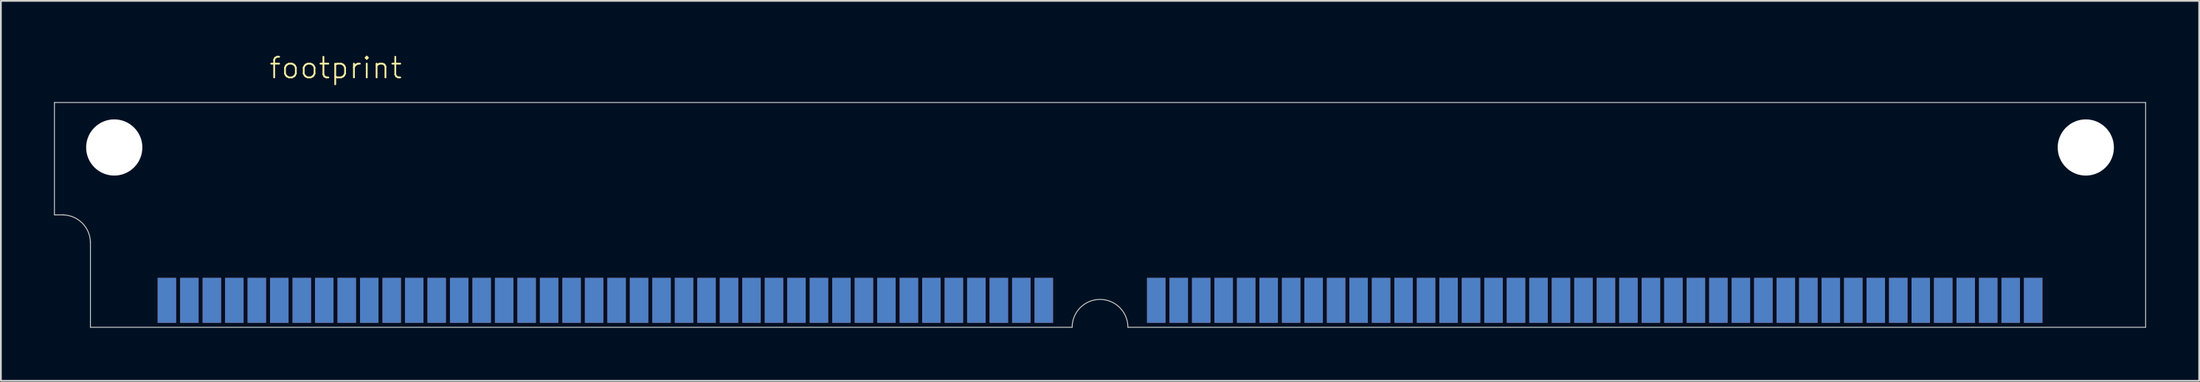
<source format=kicad_pcb>
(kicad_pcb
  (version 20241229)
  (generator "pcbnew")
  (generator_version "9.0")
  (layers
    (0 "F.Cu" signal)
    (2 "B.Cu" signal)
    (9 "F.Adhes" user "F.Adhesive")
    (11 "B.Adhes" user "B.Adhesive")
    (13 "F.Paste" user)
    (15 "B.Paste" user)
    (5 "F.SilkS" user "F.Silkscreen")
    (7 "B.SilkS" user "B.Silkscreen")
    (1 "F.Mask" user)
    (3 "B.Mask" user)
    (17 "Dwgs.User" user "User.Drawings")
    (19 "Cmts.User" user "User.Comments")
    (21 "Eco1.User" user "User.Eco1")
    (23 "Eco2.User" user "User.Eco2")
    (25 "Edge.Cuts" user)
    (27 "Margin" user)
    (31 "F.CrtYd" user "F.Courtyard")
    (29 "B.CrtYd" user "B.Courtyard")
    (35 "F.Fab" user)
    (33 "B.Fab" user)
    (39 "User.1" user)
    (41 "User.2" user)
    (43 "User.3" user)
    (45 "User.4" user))
  (footprint "footprint"
    (layer "F.Cu")
    (at 59.08 5.283)
    (property "Reference" "footprint" (at -46.99 -3.81 0) (layer "F.SilkS") (effects (font (size 1.168 1.168) (thickness 0.102)) (justify left bottom)))
    (fp_line (start -59.055 -2.54) (end 59.055 -2.54) (stroke (width 0.05) (type solid)) (layer "Edge.Cuts"))
    (fp_line (start -59.055 3.81) (end -59.055 -2.54) (stroke (width 0.05) (type solid)) (layer "Edge.Cuts"))
    (fp_line (start -59.055 3.81) (end -58.496 3.81) (stroke (width 0.05) (type solid)) (layer "Edge.Cuts"))
    (fp_line (start -57.023 10.16) (end -57.023 5.309) (stroke (width 0.05) (type solid)) (layer "Edge.Cuts"))
    (fp_line (start -1.575 10.16) (end -57.023 10.16) (stroke (width 0.05) (type solid)) (layer "Edge.Cuts"))
    (fp_line (start 59.055 -2.54) (end 59.055 10.16) (stroke (width 0.05) (type solid)) (layer "Edge.Cuts"))
    (fp_line (start 59.055 10.16) (end 1.575 10.16) (stroke (width 0.05) (type solid)) (layer "Edge.Cuts"))
    (fp_arc (start -58.5978 3.81) (mid -57.484248 4.271248) (end -57.023 5.3848) (stroke (width 0.05) (type solid)) (layer "Edge.Cuts"))
    (fp_arc (start -1.5748 10.16) (mid 0 8.5852) (end 1.5748 10.16) (stroke (width 0.05) (type solid)) (layer "Edge.Cuts"))
    (pad "" np_thru_hole circle (at -55.677 0) (size 3.175 3.175) (drill 3.175) (layers "*.Cu" "*.Mask"))
    (pad "" np_thru_hole circle (at 55.677 0) (size 3.175 3.175) (drill 3.175) (layers "*.Cu" "*.Mask"))
    (pad "1" smd rect (at 52.705 8.636) (size 1.041 2.54) (layers "F.Cu" "F.Mask" "F.Paste"))
    (pad "2" smd rect (at 51.435 8.636) (size 1.041 2.54) (layers "F.Cu" "F.Mask" "F.Paste"))
    (pad "3" smd rect (at 50.165 8.636) (size 1.041 2.54) (layers "F.Cu" "F.Mask" "F.Paste"))
    (pad "4" smd rect (at 48.895 8.636) (size 1.041 2.54) (layers "F.Cu" "F.Mask" "F.Paste"))
    (pad "5" smd rect (at 47.625 8.636) (size 1.041 2.54) (layers "F.Cu" "F.Mask" "F.Paste"))
    (pad "6" smd rect (at 46.355 8.636) (size 1.041 2.54) (layers "F.Cu" "F.Mask" "F.Paste"))
    (pad "7" smd rect (at 45.085 8.636) (size 1.041 2.54) (layers "F.Cu" "F.Mask" "F.Paste"))
    (pad "8" smd rect (at 43.815 8.636) (size 1.041 2.54) (layers "F.Cu" "F.Mask" "F.Paste"))
    (pad "9" smd rect (at 42.545 8.636) (size 1.041 2.54) (layers "F.Cu" "F.Mask" "F.Paste"))
    (pad "10" smd rect (at 41.275 8.636) (size 1.041 2.54) (layers "F.Cu" "F.Mask" "F.Paste"))
    (pad "11" smd rect (at 40.005 8.636) (size 1.041 2.54) (layers "F.Cu" "F.Mask" "F.Paste"))
    (pad "12" smd rect (at 38.735 8.636) (size 1.041 2.54) (layers "F.Cu" "F.Mask" "F.Paste"))
    (pad "13" smd rect (at 37.465 8.636) (size 1.041 2.54) (layers "F.Cu" "F.Mask" "F.Paste"))
    (pad "14" smd rect (at 36.195 8.636) (size 1.041 2.54) (layers "F.Cu" "F.Mask" "F.Paste"))
    (pad "15" smd rect (at 34.925 8.636) (size 1.041 2.54) (layers "F.Cu" "F.Mask" "F.Paste"))
    (pad "16" smd rect (at 33.655 8.636) (size 1.041 2.54) (layers "F.Cu" "F.Mask" "F.Paste"))
    (pad "17" smd rect (at 32.385 8.636) (size 1.041 2.54) (layers "F.Cu" "F.Mask" "F.Paste"))
    (pad "18" smd rect (at 31.115 8.636) (size 1.041 2.54) (layers "F.Cu" "F.Mask" "F.Paste"))
    (pad "19" smd rect (at 29.845 8.636) (size 1.041 2.54) (layers "F.Cu" "F.Mask" "F.Paste"))
    (pad "20" smd rect (at 28.575 8.636) (size 1.041 2.54) (layers "F.Cu" "F.Mask" "F.Paste"))
    (pad "21" smd rect (at 27.305 8.636) (size 1.041 2.54) (layers "F.Cu" "F.Mask" "F.Paste"))
    (pad "22" smd rect (at 26.035 8.636) (size 1.041 2.54) (layers "F.Cu" "F.Mask" "F.Paste"))
    (pad "23" smd rect (at 24.765 8.636) (size 1.041 2.54) (layers "F.Cu" "F.Mask" "F.Paste"))
    (pad "24" smd rect (at 23.495 8.636) (size 1.041 2.54) (layers "F.Cu" "F.Mask" "F.Paste"))
    (pad "25" smd rect (at 22.225 8.636) (size 1.041 2.54) (layers "F.Cu" "F.Mask" "F.Paste"))
    (pad "26" smd rect (at 20.955 8.636) (size 1.041 2.54) (layers "F.Cu" "F.Mask" "F.Paste"))
    (pad "27" smd rect (at 19.685 8.636) (size 1.041 2.54) (layers "F.Cu" "F.Mask" "F.Paste"))
    (pad "28" smd rect (at 18.415 8.636) (size 1.041 2.54) (layers "F.Cu" "F.Mask" "F.Paste"))
    (pad "29" smd rect (at 17.145 8.636) (size 1.041 2.54) (layers "F.Cu" "F.Mask" "F.Paste"))
    (pad "30" smd rect (at 15.875 8.636) (size 1.041 2.54) (layers "F.Cu" "F.Mask" "F.Paste"))
    (pad "31" smd rect (at 14.605 8.636) (size 1.041 2.54) (layers "F.Cu" "F.Mask" "F.Paste"))
    (pad "32" smd rect (at 13.335 8.636) (size 1.041 2.54) (layers "F.Cu" "F.Mask" "F.Paste"))
    (pad "33" smd rect (at 12.065 8.636) (size 1.041 2.54) (layers "F.Cu" "F.Mask" "F.Paste"))
    (pad "34" smd rect (at 10.795 8.636) (size 1.041 2.54) (layers "F.Cu" "F.Mask" "F.Paste"))
    (pad "35" smd rect (at 9.525 8.636) (size 1.041 2.54) (layers "F.Cu" "F.Mask" "F.Paste"))
    (pad "36" smd rect (at 8.255 8.636) (size 1.041 2.54) (layers "F.Cu" "F.Mask" "F.Paste"))
    (pad "37" smd rect (at 6.985 8.636) (size 1.041 2.54) (layers "F.Cu" "F.Mask" "F.Paste"))
    (pad "38" smd rect (at 5.715 8.636) (size 1.041 2.54) (layers "F.Cu" "F.Mask" "F.Paste"))
    (pad "39" smd rect (at 4.445 8.636) (size 1.041 2.54) (layers "F.Cu" "F.Mask" "F.Paste"))
    (pad "40" smd rect (at 3.175 8.636) (size 1.041 2.54) (layers "F.Cu" "F.Mask" "F.Paste"))
    (pad "41" smd rect (at -3.175 8.636) (size 1.041 2.54) (layers "F.Cu" "F.Mask" "F.Paste"))
    (pad "42" smd rect (at -4.445 8.636) (size 1.041 2.54) (layers "F.Cu" "F.Mask" "F.Paste"))
    (pad "43" smd rect (at -5.715 8.636) (size 1.041 2.54) (layers "F.Cu" "F.Mask" "F.Paste"))
    (pad "44" smd rect (at -6.985 8.636) (size 1.041 2.54) (layers "F.Cu" "F.Mask" "F.Paste"))
    (pad "45" smd rect (at -8.255 8.636) (size 1.041 2.54) (layers "F.Cu" "F.Mask" "F.Paste"))
    (pad "46" smd rect (at -9.525 8.636) (size 1.041 2.54) (layers "F.Cu" "F.Mask" "F.Paste"))
    (pad "47" smd rect (at -10.795 8.636) (size 1.041 2.54) (layers "F.Cu" "F.Mask" "F.Paste"))
    (pad "48" smd rect (at -12.065 8.636) (size 1.041 2.54) (layers "F.Cu" "F.Mask" "F.Paste"))
    (pad "49" smd rect (at -13.335 8.636) (size 1.041 2.54) (layers "F.Cu" "F.Mask" "F.Paste"))
    (pad "50" smd rect (at -14.605 8.636) (size 1.041 2.54) (layers "F.Cu" "F.Mask" "F.Paste"))
    (pad "51" smd rect (at -15.875 8.636) (size 1.041 2.54) (layers "F.Cu" "F.Mask" "F.Paste"))
    (pad "52" smd rect (at -17.145 8.636) (size 1.041 2.54) (layers "F.Cu" "F.Mask" "F.Paste"))
    (pad "53" smd rect (at -18.415 8.636) (size 1.041 2.54) (layers "F.Cu" "F.Mask" "F.Paste"))
    (pad "54" smd rect (at -19.685 8.636) (size 1.041 2.54) (layers "F.Cu" "F.Mask" "F.Paste"))
    (pad "55" smd rect (at -20.955 8.636) (size 1.041 2.54) (layers "F.Cu" "F.Mask" "F.Paste"))
    (pad "56" smd rect (at -22.225 8.636) (size 1.041 2.54) (layers "F.Cu" "F.Mask" "F.Paste"))
    (pad "57" smd rect (at -23.495 8.636) (size 1.041 2.54) (layers "F.Cu" "F.Mask" "F.Paste"))
    (pad "58" smd rect (at -24.765 8.636) (size 1.041 2.54) (layers "F.Cu" "F.Mask" "F.Paste"))
    (pad "59" smd rect (at -26.035 8.636) (size 1.041 2.54) (layers "F.Cu" "F.Mask" "F.Paste"))
    (pad "60" smd rect (at -27.305 8.636) (size 1.041 2.54) (layers "F.Cu" "F.Mask" "F.Paste"))
    (pad "61" smd rect (at -28.575 8.636) (size 1.041 2.54) (layers "F.Cu" "F.Mask" "F.Paste"))
    (pad "62" smd rect (at -29.845 8.636) (size 1.041 2.54) (layers "F.Cu" "F.Mask" "F.Paste"))
    (pad "63" smd rect (at -31.115 8.636) (size 1.041 2.54) (layers "F.Cu" "F.Mask" "F.Paste"))
    (pad "64" smd rect (at -32.385 8.636) (size 1.041 2.54) (layers "F.Cu" "F.Mask" "F.Paste"))
    (pad "65" smd rect (at -33.655 8.636) (size 1.041 2.54) (layers "F.Cu" "F.Mask" "F.Paste"))
    (pad "66" smd rect (at -34.925 8.636) (size 1.041 2.54) (layers "F.Cu" "F.Mask" "F.Paste"))
    (pad "67" smd rect (at -36.195 8.636) (size 1.041 2.54) (layers "F.Cu" "F.Mask" "F.Paste"))
    (pad "68" smd rect (at -37.465 8.636) (size 1.041 2.54) (layers "F.Cu" "F.Mask" "F.Paste"))
    (pad "69" smd rect (at -38.735 8.636) (size 1.041 2.54) (layers "F.Cu" "F.Mask" "F.Paste"))
    (pad "70" smd rect (at -40.005 8.636) (size 1.041 2.54) (layers "F.Cu" "F.Mask" "F.Paste"))
    (pad "71" smd rect (at -41.275 8.636) (size 1.041 2.54) (layers "F.Cu" "F.Mask" "F.Paste"))
    (pad "72" smd rect (at -42.545 8.636) (size 1.041 2.54) (layers "F.Cu" "F.Mask" "F.Paste"))
    (pad "73" smd rect (at -43.815 8.636) (size 1.041 2.54) (layers "F.Cu" "F.Mask" "F.Paste"))
    (pad "74" smd rect (at -45.085 8.636) (size 1.041 2.54) (layers "F.Cu" "F.Mask" "F.Paste"))
    (pad "75" smd rect (at -46.355 8.636) (size 1.041 2.54) (layers "F.Cu" "F.Mask" "F.Paste"))
    (pad "76" smd rect (at -47.625 8.636) (size 1.041 2.54) (layers "F.Cu" "F.Mask" "F.Paste"))
    (pad "77" smd rect (at -48.895 8.636) (size 1.041 2.54) (layers "F.Cu" "F.Mask" "F.Paste"))
    (pad "78" smd rect (at -50.165 8.636) (size 1.041 2.54) (layers "F.Cu" "F.Mask" "F.Paste"))
    (pad "79" smd rect (at -51.435 8.636) (size 1.041 2.54) (layers "F.Cu" "F.Mask" "F.Paste"))
    (pad "80" smd rect (at -52.705 8.636) (size 1.041 2.54) (layers "F.Cu" "F.Mask" "F.Paste"))
    (pad "81" smd rect (at 52.705 8.636) (size 1.041 2.54) (layers "B.Cu" "B.Mask" "B.Paste"))
    (pad "82" smd rect (at 51.435 8.636) (size 1.041 2.54) (layers "B.Cu" "B.Mask" "B.Paste"))
    (pad "83" smd rect (at 50.165 8.636) (size 1.041 2.54) (layers "B.Cu" "B.Mask" "B.Paste"))
    (pad "84" smd rect (at 48.895 8.636) (size 1.041 2.54) (layers "B.Cu" "B.Mask" "B.Paste"))
    (pad "85" smd rect (at 47.625 8.636) (size 1.041 2.54) (layers "B.Cu" "B.Mask" "B.Paste"))
    (pad "86" smd rect (at 46.355 8.636) (size 1.041 2.54) (layers "B.Cu" "B.Mask" "B.Paste"))
    (pad "87" smd rect (at 45.085 8.636) (size 1.041 2.54) (layers "B.Cu" "B.Mask" "B.Paste"))
    (pad "88" smd rect (at 43.815 8.636) (size 1.041 2.54) (layers "B.Cu" "B.Mask" "B.Paste"))
    (pad "89" smd rect (at 42.545 8.636) (size 1.041 2.54) (layers "B.Cu" "B.Mask" "B.Paste"))
    (pad "90" smd rect (at 41.275 8.636) (size 1.041 2.54) (layers "B.Cu" "B.Mask" "B.Paste"))
    (pad "91" smd rect (at 40.005 8.636) (size 1.041 2.54) (layers "B.Cu" "B.Mask" "B.Paste"))
    (pad "92" smd rect (at 38.735 8.636) (size 1.041 2.54) (layers "B.Cu" "B.Mask" "B.Paste"))
    (pad "93" smd rect (at 37.465 8.636) (size 1.041 2.54) (layers "B.Cu" "B.Mask" "B.Paste"))
    (pad "94" smd rect (at 36.195 8.636) (size 1.041 2.54) (layers "B.Cu" "B.Mask" "B.Paste"))
    (pad "95" smd rect (at 34.925 8.636) (size 1.041 2.54) (layers "B.Cu" "B.Mask" "B.Paste"))
    (pad "96" smd rect (at 33.655 8.636) (size 1.041 2.54) (layers "B.Cu" "B.Mask" "B.Paste"))
    (pad "97" smd rect (at 32.385 8.636) (size 1.041 2.54) (layers "B.Cu" "B.Mask" "B.Paste"))
    (pad "98" smd rect (at 31.115 8.636) (size 1.041 2.54) (layers "B.Cu" "B.Mask" "B.Paste"))
    (pad "99" smd rect (at 29.845 8.636) (size 1.041 2.54) (layers "B.Cu" "B.Mask" "B.Paste"))
    (pad "100" smd rect (at 28.575 8.636) (size 1.041 2.54) (layers "B.Cu" "B.Mask" "B.Paste"))
    (pad "101" smd rect (at 27.305 8.636) (size 1.041 2.54) (layers "B.Cu" "B.Mask" "B.Paste"))
    (pad "102" smd rect (at 26.035 8.636) (size 1.041 2.54) (layers "B.Cu" "B.Mask" "B.Paste"))
    (pad "103" smd rect (at 24.765 8.636) (size 1.041 2.54) (layers "B.Cu" "B.Mask" "B.Paste"))
    (pad "104" smd rect (at 23.495 8.636) (size 1.041 2.54) (layers "B.Cu" "B.Mask" "B.Paste"))
    (pad "105" smd rect (at 22.225 8.636) (size 1.041 2.54) (layers "B.Cu" "B.Mask" "B.Paste"))
    (pad "106" smd rect (at 20.955 8.636) (size 1.041 2.54) (layers "B.Cu" "B.Mask" "B.Paste"))
    (pad "107" smd rect (at 19.685 8.636) (size 1.041 2.54) (layers "B.Cu" "B.Mask" "B.Paste"))
    (pad "108" smd rect (at 18.415 8.636) (size 1.041 2.54) (layers "B.Cu" "B.Mask" "B.Paste"))
    (pad "109" smd rect (at 17.145 8.636) (size 1.041 2.54) (layers "B.Cu" "B.Mask" "B.Paste"))
    (pad "110" smd rect (at 15.875 8.636) (size 1.041 2.54) (layers "B.Cu" "B.Mask" "B.Paste"))
    (pad "111" smd rect (at 14.605 8.636) (size 1.041 2.54) (layers "B.Cu" "B.Mask" "B.Paste"))
    (pad "112" smd rect (at 13.335 8.636) (size 1.041 2.54) (layers "B.Cu" "B.Mask" "B.Paste"))
    (pad "113" smd rect (at 12.065 8.636) (size 1.041 2.54) (layers "B.Cu" "B.Mask" "B.Paste"))
    (pad "114" smd rect (at 10.795 8.636) (size 1.041 2.54) (layers "B.Cu" "B.Mask" "B.Paste"))
    (pad "115" smd rect (at 9.525 8.636) (size 1.041 2.54) (layers "B.Cu" "B.Mask" "B.Paste"))
    (pad "116" smd rect (at 8.255 8.636) (size 1.041 2.54) (layers "B.Cu" "B.Mask" "B.Paste"))
    (pad "117" smd rect (at 6.985 8.636) (size 1.041 2.54) (layers "B.Cu" "B.Mask" "B.Paste"))
    (pad "118" smd rect (at 5.715 8.636) (size 1.041 2.54) (layers "B.Cu" "B.Mask" "B.Paste"))
    (pad "119" smd rect (at 4.445 8.636) (size 1.041 2.54) (layers "B.Cu" "B.Mask" "B.Paste"))
    (pad "120" smd rect (at 3.175 8.636) (size 1.041 2.54) (layers "B.Cu" "B.Mask" "B.Paste"))
    (pad "121" smd rect (at -3.175 8.636) (size 1.041 2.54) (layers "B.Cu" "B.Mask" "B.Paste"))
    (pad "122" smd rect (at -4.445 8.636) (size 1.041 2.54) (layers "B.Cu" "B.Mask" "B.Paste"))
    (pad "123" smd rect (at -5.715 8.636) (size 1.041 2.54) (layers "B.Cu" "B.Mask" "B.Paste"))
    (pad "124" smd rect (at -6.985 8.636) (size 1.041 2.54) (layers "B.Cu" "B.Mask" "B.Paste"))
    (pad "125" smd rect (at -8.255 8.636) (size 1.041 2.54) (layers "B.Cu" "B.Mask" "B.Paste"))
    (pad "126" smd rect (at -9.525 8.636) (size 1.041 2.54) (layers "B.Cu" "B.Mask" "B.Paste"))
    (pad "127" smd rect (at -10.795 8.636) (size 1.041 2.54) (layers "B.Cu" "B.Mask" "B.Paste"))
    (pad "128" smd rect (at -12.065 8.636) (size 1.041 2.54) (layers "B.Cu" "B.Mask" "B.Paste"))
    (pad "129" smd rect (at -13.335 8.636) (size 1.041 2.54) (layers "B.Cu" "B.Mask" "B.Paste"))
    (pad "130" smd rect (at -14.605 8.636) (size 1.041 2.54) (layers "B.Cu" "B.Mask" "B.Paste"))
    (pad "131" smd rect (at -15.875 8.636) (size 1.041 2.54) (layers "B.Cu" "B.Mask" "B.Paste"))
    (pad "132" smd rect (at -17.145 8.636) (size 1.041 2.54) (layers "B.Cu" "B.Mask" "B.Paste"))
    (pad "133" smd rect (at -18.415 8.636) (size 1.041 2.54) (layers "B.Cu" "B.Mask" "B.Paste"))
    (pad "134" smd rect (at -19.685 8.636) (size 1.041 2.54) (layers "B.Cu" "B.Mask" "B.Paste"))
    (pad "135" smd rect (at -20.955 8.636) (size 1.041 2.54) (layers "B.Cu" "B.Mask" "B.Paste"))
    (pad "136" smd rect (at -22.225 8.636) (size 1.041 2.54) (layers "B.Cu" "B.Mask" "B.Paste"))
    (pad "137" smd rect (at -23.495 8.636) (size 1.041 2.54) (layers "B.Cu" "B.Mask" "B.Paste"))
    (pad "138" smd rect (at -24.765 8.636) (size 1.041 2.54) (layers "B.Cu" "B.Mask" "B.Paste"))
    (pad "139" smd rect (at -26.035 8.636) (size 1.041 2.54) (layers "B.Cu" "B.Mask" "B.Paste"))
    (pad "140" smd rect (at -27.305 8.636) (size 1.041 2.54) (layers "B.Cu" "B.Mask" "B.Paste"))
    (pad "141" smd rect (at -28.575 8.636) (size 1.041 2.54) (layers "B.Cu" "B.Mask" "B.Paste"))
    (pad "142" smd rect (at -29.845 8.636) (size 1.041 2.54) (layers "B.Cu" "B.Mask" "B.Paste"))
    (pad "143" smd rect (at -31.115 8.636) (size 1.041 2.54) (layers "B.Cu" "B.Mask" "B.Paste"))
    (pad "144" smd rect (at -32.385 8.636) (size 1.041 2.54) (layers "B.Cu" "B.Mask" "B.Paste"))
    (pad "145" smd rect (at -33.655 8.636) (size 1.041 2.54) (layers "B.Cu" "B.Mask" "B.Paste"))
    (pad "146" smd rect (at -34.925 8.636) (size 1.041 2.54) (layers "B.Cu" "B.Mask" "B.Paste"))
    (pad "147" smd rect (at -36.195 8.636) (size 1.041 2.54) (layers "B.Cu" "B.Mask" "B.Paste"))
    (pad "148" smd rect (at -37.465 8.636) (size 1.041 2.54) (layers "B.Cu" "B.Mask" "B.Paste"))
    (pad "149" smd rect (at -38.735 8.636) (size 1.041 2.54) (layers "B.Cu" "B.Mask" "B.Paste"))
    (pad "150" smd rect (at -40.005 8.636) (size 1.041 2.54) (layers "B.Cu" "B.Mask" "B.Paste"))
    (pad "151" smd rect (at -41.275 8.636) (size 1.041 2.54) (layers "B.Cu" "B.Mask" "B.Paste"))
    (pad "152" smd rect (at -42.545 8.636) (size 1.041 2.54) (layers "B.Cu" "B.Mask" "B.Paste"))
    (pad "153" smd rect (at -43.815 8.636) (size 1.041 2.54) (layers "B.Cu" "B.Mask" "B.Paste"))
    (pad "154" smd rect (at -45.085 8.636) (size 1.041 2.54) (layers "B.Cu" "B.Mask" "B.Paste"))
    (pad "155" smd rect (at -46.355 8.636) (size 1.041 2.54) (layers "B.Cu" "B.Mask" "B.Paste"))
    (pad "156" smd rect (at -47.625 8.636) (size 1.041 2.54) (layers "B.Cu" "B.Mask" "B.Paste"))
    (pad "157" smd rect (at -48.895 8.636) (size 1.041 2.54) (layers "B.Cu" "B.Mask" "B.Paste"))
    (pad "158" smd rect (at -50.165 8.636) (size 1.041 2.54) (layers "B.Cu" "B.Mask" "B.Paste"))
    (pad "159" smd rect (at -51.435 8.636) (size 1.041 2.54) (layers "B.Cu" "B.Mask" "B.Paste"))
    (pad "160" smd rect (at -52.705 8.636) (size 1.041 2.54) (layers "B.Cu" "B.Mask" "B.Paste")))
  (gr_rect
    (start -3 -3)
    (end 121.16 18.468)
    (stroke (width 0.1) (type default))
    (fill no)
    (layer "Edge.Cuts")))
</source>
